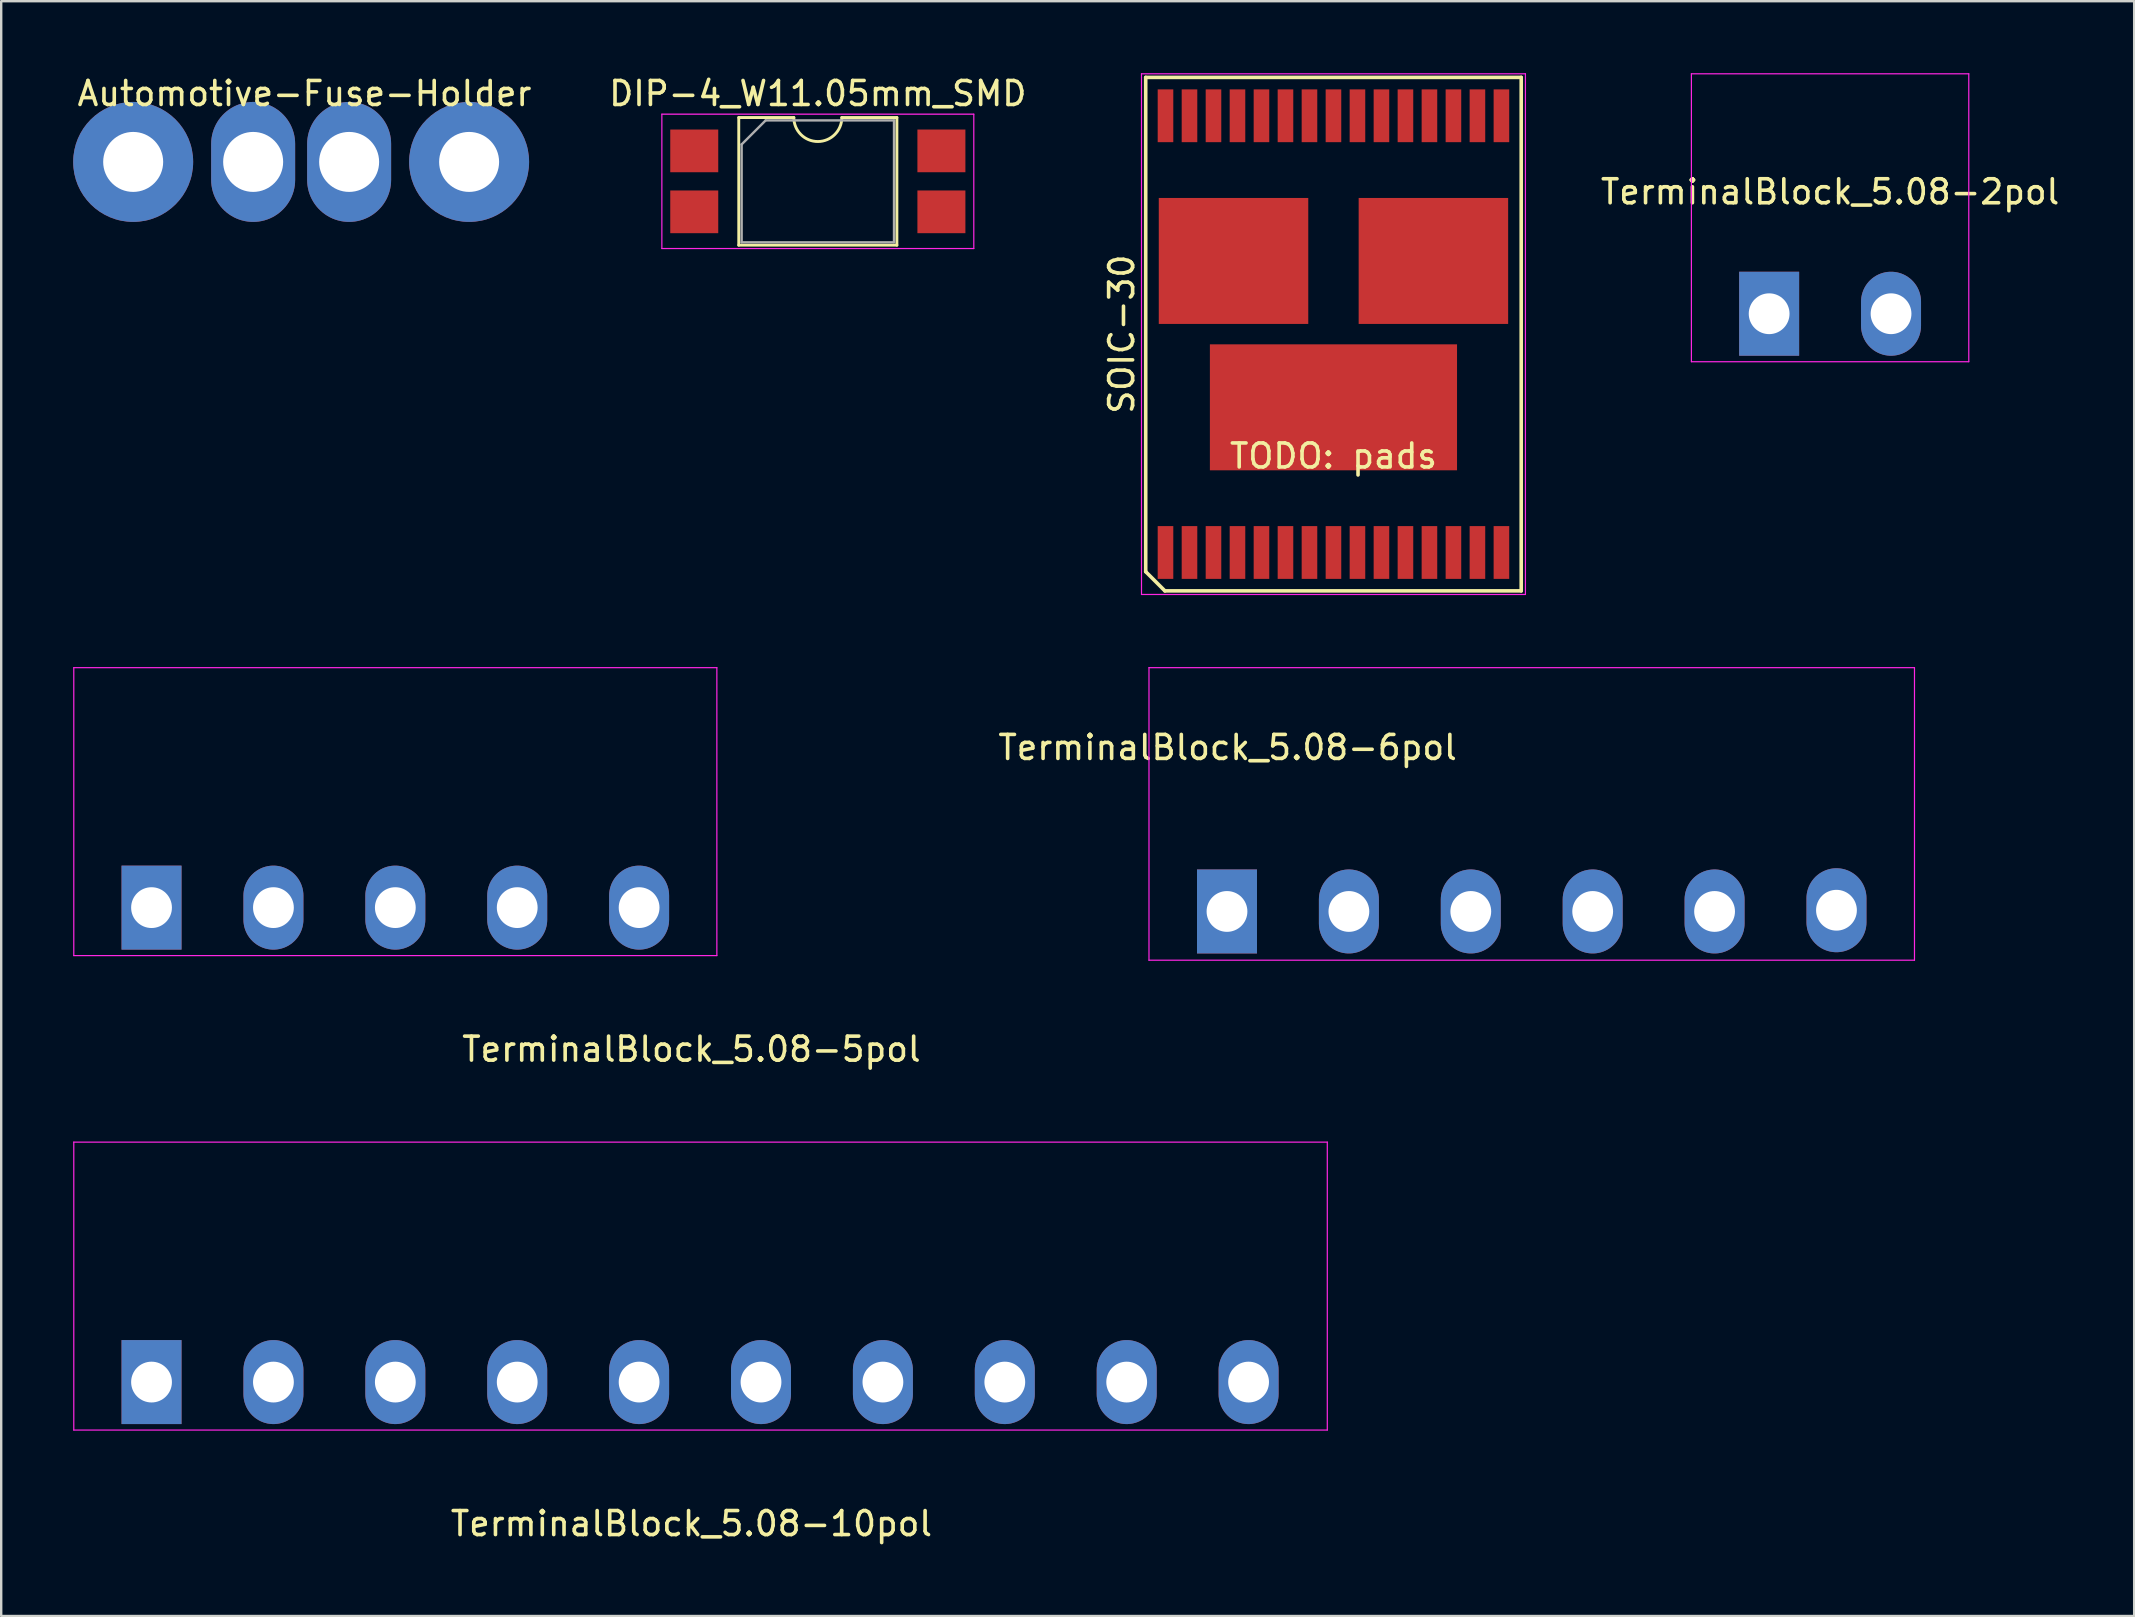
<source format=kicad_pcb>
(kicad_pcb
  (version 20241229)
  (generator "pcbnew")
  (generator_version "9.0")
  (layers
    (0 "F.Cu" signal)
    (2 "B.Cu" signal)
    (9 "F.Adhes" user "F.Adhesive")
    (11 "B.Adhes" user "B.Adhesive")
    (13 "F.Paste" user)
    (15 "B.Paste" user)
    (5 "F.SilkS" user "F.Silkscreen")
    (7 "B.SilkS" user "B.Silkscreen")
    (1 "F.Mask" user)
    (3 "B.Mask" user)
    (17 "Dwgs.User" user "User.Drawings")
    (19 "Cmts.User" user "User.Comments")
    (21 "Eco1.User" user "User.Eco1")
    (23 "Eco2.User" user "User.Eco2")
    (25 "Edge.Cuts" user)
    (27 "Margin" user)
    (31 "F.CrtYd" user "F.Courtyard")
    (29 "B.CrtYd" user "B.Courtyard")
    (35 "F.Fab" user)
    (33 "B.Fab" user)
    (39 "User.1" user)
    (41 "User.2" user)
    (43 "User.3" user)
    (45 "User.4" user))
  (footprint "TerminalBlock_5.08-5pol"
    (layer "F.Cu")
    (at 3.265 34.775)
    (property "Reference" "TerminalBlock_5.08-5pol" (at 22.5 5.9 0) (layer "F.SilkS") (effects (font (size 1 1) (thickness 0.15))))
    (attr through_hole)
    (fp_line (start -3.24 -10) (end -3.24 2) (stroke (width 0.05) (type solid)) (layer "F.CrtYd"))
    (fp_line (start -3.24 2) (end 23.56 2) (stroke (width 0.05) (type solid)) (layer "F.CrtYd"))
    (fp_line (start 23.56 -10) (end -3.24 -10) (stroke (width 0.05) (type solid)) (layer "F.CrtYd"))
    (fp_line (start 23.56 2) (end 23.56 -10) (stroke (width 0.05) (type solid)) (layer "F.CrtYd"))
    (pad "1" thru_hole rect (at 0 0) (size 2.5 3.5) (drill 1.7) (layers "*.Cu" "*.Mask"))
    (pad "2" thru_hole oval (at 5.08 0) (size 2.5 3.5) (drill 1.7) (layers "*.Cu" "*.Mask"))
    (pad "3" thru_hole oval (at 10.16 0) (size 2.5 3.5) (drill 1.7) (layers "*.Cu" "*.Mask"))
    (pad "4" thru_hole oval (at 15.24 0) (size 2.5 3.5) (drill 1.7) (layers "*.Cu" "*.Mask"))
    (pad "5" thru_hole oval (at 20.32 0) (size 2.5 3.5) (drill 1.7) (layers "*.Cu" "*.Mask")))
  (footprint "DIP-4_W11.05mm_SMD"
    (layer "F.Cu")
    (at 31.033 4.508)
    (property "Reference" "DIP-4_W11.05mm_SMD" (at 0 -3.66 0) (layer "F.SilkS") (effects (font (size 1 1) (thickness 0.15))))
    (attr smd)
    (fp_line (start -3.295 -2.66) (end -3.295 2.66) (stroke (width 0.12) (type solid)) (layer "F.SilkS"))
    (fp_line (start -3.295 2.66) (end 3.295 2.66) (stroke (width 0.12) (type solid)) (layer "F.SilkS"))
    (fp_line (start -1 -2.66) (end -3.295 -2.66) (stroke (width 0.12) (type solid)) (layer "F.SilkS"))
    (fp_line (start 3.295 -2.66) (end 1 -2.66) (stroke (width 0.12) (type solid)) (layer "F.SilkS"))
    (fp_line (start 3.295 2.66) (end 3.295 -2.66) (stroke (width 0.12) (type solid)) (layer "F.SilkS"))
    (fp_arc (start 1 -2.66) (mid 0 -1.66) (end -1 -2.66) (stroke (width 0.12) (type solid)) (layer "F.SilkS"))
    (fp_line (start -6.5 -2.8) (end -6.5 2.8) (stroke (width 0.05) (type solid)) (layer "F.CrtYd"))
    (fp_line (start -6.5 2.8) (end 6.5 2.8) (stroke (width 0.05) (type solid)) (layer "F.CrtYd"))
    (fp_line (start 6.5 -2.8) (end -6.5 -2.8) (stroke (width 0.05) (type solid)) (layer "F.CrtYd"))
    (fp_line (start 6.5 2.8) (end 6.5 -2.8) (stroke (width 0.05) (type solid)) (layer "F.CrtYd"))
    (fp_line (start -3.175 -1.54) (end -2.175 -2.54) (stroke (width 0.1) (type solid)) (layer "F.Fab"))
    (fp_line (start -3.175 2.54) (end -3.175 -1.54) (stroke (width 0.1) (type solid)) (layer "F.Fab"))
    (fp_line (start -2.175 -2.54) (end 3.175 -2.54) (stroke (width 0.1) (type solid)) (layer "F.Fab"))
    (fp_line (start 3.175 -2.54) (end 3.175 2.54) (stroke (width 0.1) (type solid)) (layer "F.Fab"))
    (fp_line (start 3.175 2.54) (end -3.175 2.54) (stroke (width 0.1) (type solid)) (layer "F.Fab"))
    (pad "1" smd rect (at -5.15 -1.27) (size 2 1.78) (layers "F.Cu" "F.Mask"))
    (pad "2" smd rect (at -5.15 1.27) (size 2 1.78) (layers "F.Cu" "F.Mask"))
    (pad "3" smd rect (at 5.15 1.27) (size 2 1.78) (layers "F.Cu" "F.Mask"))
    (pad "4" smd rect (at 5.15 -1.27) (size 2 1.78) (layers "F.Cu" "F.Mask")))
  (footprint "TerminalBlock_5.08-6pol"
    (layer "F.Cu")
    (at 48.085 34.935)
    (property "Reference" "TerminalBlock_5.08-6pol" (at 0.025 -6.833 0) (layer "F.SilkS") (effects (font (size 1 1) (thickness 0.15))))
    (attr through_hole)
    (fp_line (start -3.251 -10.16) (end -3.251 2.032) (stroke (width 0.05) (type solid)) (layer "F.CrtYd"))
    (fp_line (start -3.251 2.032) (end 28.651 2.032) (stroke (width 0.05) (type solid)) (layer "F.CrtYd"))
    (fp_line (start 28.651 -10.16) (end -3.251 -10.16) (stroke (width 0.05) (type solid)) (layer "F.CrtYd"))
    (fp_line (start 28.651 2.032) (end 28.651 -10.16) (stroke (width 0.05) (type solid)) (layer "F.CrtYd"))
    (pad "1" thru_hole rect (at 0 0) (size 2.5 3.5) (drill 1.7) (layers "*.Cu" "*.Mask"))
    (pad "2" thru_hole oval (at 5.08 0) (size 2.5 3.5) (drill 1.7) (layers "*.Cu" "*.Mask"))
    (pad "3" thru_hole oval (at 10.16 0) (size 2.5 3.5) (drill 1.7) (layers "*.Cu" "*.Mask"))
    (pad "4" thru_hole oval (at 15.24 0) (size 2.5 3.5) (drill 1.7) (layers "*.Cu" "*.Mask"))
    (pad "5" thru_hole oval (at 20.32 0) (size 2.5 3.5) (drill 1.7) (layers "*.Cu" "*.Mask"))
    (pad "6" thru_hole oval (at 25.4 -0.051) (size 2.5 3.5) (drill 1.7) (layers "*.Cu" "*.Mask")))
  (footprint "TerminalBlock_5.08-2pol"
    (layer "F.Cu")
    (at 70.679 10.025)
    (property "Reference" "TerminalBlock_5.08-2pol" (at 2.54 -5.08 0) (layer "F.SilkS") (effects (font (size 1 1) (thickness 0.15))))
    (attr through_hole)
    (fp_line (start -3.24 -10) (end -3.24 2) (stroke (width 0.05) (type solid)) (layer "F.CrtYd"))
    (fp_line (start -3.24 2) (end 8.32 2) (stroke (width 0.05) (type solid)) (layer "F.CrtYd"))
    (fp_line (start 8.32 -10) (end -3.24 -10) (stroke (width 0.05) (type solid)) (layer "F.CrtYd"))
    (fp_line (start 8.32 2) (end 8.32 -10) (stroke (width 0.05) (type solid)) (layer "F.CrtYd"))
    (pad "1" thru_hole rect (at 0 0) (size 2.5 3.5) (drill 1.7) (layers "*.Cu" "*.Mask"))
    (pad "2" thru_hole oval (at 5.08 0) (size 2.5 3.5) (drill 1.7) (layers "*.Cu" "*.Mask")))
  (footprint "TerminalBlock_5.08-10pol"
    (layer "F.Cu")
    (at 3.265 54.548)
    (property "Reference" "TerminalBlock_5.08-10pol" (at 22.5 5.9 0) (layer "F.SilkS") (effects (font (size 1 1) (thickness 0.15))))
    (attr through_hole)
    (fp_line (start -3.24 -10) (end -3.24 2) (stroke (width 0.05) (type solid)) (layer "F.CrtYd"))
    (fp_line (start -3.24 2) (end 49 2) (stroke (width 0.05) (type solid)) (layer "F.CrtYd"))
    (fp_line (start 49 -10) (end -3.24 -10) (stroke (width 0.05) (type solid)) (layer "F.CrtYd"))
    (fp_line (start 49 2) (end 49 -10) (stroke (width 0.05) (type solid)) (layer "F.CrtYd"))
    (pad "1" thru_hole rect (at 0 0) (size 2.5 3.5) (drill 1.7) (layers "*.Cu" "*.Mask"))
    (pad "2" thru_hole oval (at 5.08 0) (size 2.5 3.5) (drill 1.7) (layers "*.Cu" "*.Mask"))
    (pad "3" thru_hole oval (at 10.16 0) (size 2.5 3.5) (drill 1.7) (layers "*.Cu" "*.Mask"))
    (pad "4" thru_hole oval (at 15.24 0) (size 2.5 3.5) (drill 1.7) (layers "*.Cu" "*.Mask"))
    (pad "5" thru_hole oval (at 20.32 0) (size 2.5 3.5) (drill 1.7) (layers "*.Cu" "*.Mask"))
    (pad "6" thru_hole oval (at 25.4 0) (size 2.5 3.5) (drill 1.7) (layers "*.Cu" "*.Mask"))
    (pad "7" thru_hole oval (at 30.48 0) (size 2.5 3.5) (drill 1.7) (layers "*.Cu" "*.Mask"))
    (pad "8" thru_hole oval (at 35.56 0) (size 2.5 3.5) (drill 1.7) (layers "*.Cu" "*.Mask"))
    (pad "9" thru_hole oval (at 40.64 0) (size 2.5 3.5) (drill 1.7) (layers "*.Cu" "*.Mask"))
    (pad "10" thru_hole oval (at 45.72 0) (size 2.5 3.5) (drill 1.7) (layers "*.Cu" "*.Mask")))
  (footprint "Automotive-Fuse-Holder"
    (layer "F.Cu")
    (at 9.5 3.698)
    (property "Reference" "Automotive-Fuse-Holder" (at 0.14 -2.85 0) (layer "F.SilkS") (effects (font (size 1 1) (thickness 0.15))))
    (attr through_hole)
    (pad "1" thru_hole circle (at -7 0) (size 5 5) (drill 2.5) (layers "*.Cu" "*.Mask"))
    (pad "1" thru_hole oval (at -2 0) (size 3.5 5) (drill 2.5) (layers "*.Cu" "*.Mask"))
    (pad "2" thru_hole oval (at 2 0) (size 3.5 5) (drill 2.5) (layers "*.Cu" "*.Mask"))
    (pad "2" thru_hole circle (at 7 0) (size 5 5) (drill 2.5) (layers "*.Cu" "*.Mask")))
  (footprint "SOIC-30"
    (layer "F.Cu")
    (at 52.522 10.875)
    (property "Reference" "SOIC-30" (at -8.825 0 90) (layer "F.SilkS") (effects (font (size 1 1) (thickness 0.15))))
    (attr smd)
    (fp_line (start -7.825 -10.7) (end 7.825 -10.7) (stroke (width 0.15) (type solid)) (layer "F.SilkS"))
    (fp_line (start -7.825 9.9) (end -7.825 -10.7) (stroke (width 0.15) (type solid)) (layer "F.SilkS"))
    (fp_line (start -7.025 10.7) (end -7.825 9.9) (stroke (width 0.15) (type solid)) (layer "F.SilkS"))
    (fp_line (start 7.825 -10.7) (end 7.825 10.7) (stroke (width 0.15) (type solid)) (layer "F.SilkS"))
    (fp_line (start 7.825 10.7) (end -7.025 10.7) (stroke (width 0.15) (type solid)) (layer "F.SilkS"))
    (fp_line (start -8 -10.85) (end 8 -10.85) (stroke (width 0.05) (type solid)) (layer "F.CrtYd"))
    (fp_line (start -8 10.85) (end -8 -10.85) (stroke (width 0.05) (type solid)) (layer "F.CrtYd"))
    (fp_line (start 8 -10.85) (end 8 10.85) (stroke (width 0.05) (type solid)) (layer "F.CrtYd"))
    (fp_line (start 8 10.85) (end -8 10.85) (stroke (width 0.05) (type solid)) (layer "F.CrtYd"))
    (fp_text user "TODO: pads" (at 0 5.08 0) (layer "F.SilkS") (effects (font (size 1 1) (thickness 0.15))))
    (pad "1" smd rect (at -7 9.1) (size 0.65 2.2) (layers "F.Cu" "F.Mask" "F.Paste"))
    (pad "2" smd rect (at -6 9.1) (size 0.65 2.2) (layers "F.Cu" "F.Mask" "F.Paste"))
    (pad "3" smd rect (at -5 9.1) (size 0.65 2.2) (layers "F.Cu" "F.Mask" "F.Paste"))
    (pad "4" smd rect (at -4 9.1) (size 0.65 2.2) (layers "F.Cu" "F.Mask" "F.Paste"))
    (pad "5" smd rect (at -3 9.1) (size 0.65 2.2) (layers "F.Cu" "F.Mask" "F.Paste"))
    (pad "6" smd rect (at -2 9.1) (size 0.65 2.2) (layers "F.Cu" "F.Mask" "F.Paste"))
    (pad "7" smd rect (at -1 9.1) (size 0.65 2.2) (layers "F.Cu" "F.Mask" "F.Paste"))
    (pad "8" smd rect (at 0 9.1) (size 0.65 2.2) (layers "F.Cu" "F.Mask" "F.Paste"))
    (pad "9" smd rect (at 1 9.1) (size 0.65 2.2) (layers "F.Cu" "F.Mask" "F.Paste"))
    (pad "10" smd rect (at 2 9.1) (size 0.65 2.2) (layers "F.Cu" "F.Mask" "F.Paste"))
    (pad "11" smd rect (at 3 9.1) (size 0.65 2.2) (layers "F.Cu" "F.Mask" "F.Paste"))
    (pad "12" smd rect (at 4 9.1) (size 0.65 2.2) (layers "F.Cu" "F.Mask" "F.Paste"))
    (pad "13" smd rect (at 5 9.1) (size 0.65 2.2) (layers "F.Cu" "F.Mask" "F.Paste"))
    (pad "14" smd rect (at 6 9.1) (size 0.65 2.2) (layers "F.Cu" "F.Mask" "F.Paste"))
    (pad "15" smd rect (at 7 9.1) (size 0.65 2.2) (layers "F.Cu" "F.Mask" "F.Paste"))
    (pad "16" smd rect (at 7 -9.1) (size 0.65 2.2) (layers "F.Cu" "F.Mask" "F.Paste"))
    (pad "17" smd rect (at 6 -9.1) (size 0.65 2.2) (layers "F.Cu" "F.Mask" "F.Paste"))
    (pad "18" smd rect (at 5 -9.1) (size 0.65 2.2) (layers "F.Cu" "F.Mask" "F.Paste"))
    (pad "19" smd rect (at 4 -9.1) (size 0.65 2.2) (layers "F.Cu" "F.Mask" "F.Paste"))
    (pad "20" smd rect (at 3 -9.1) (size 0.65 2.2) (layers "F.Cu" "F.Mask" "F.Paste"))
    (pad "21" smd rect (at 2 -9.1) (size 0.65 2.2) (layers "F.Cu" "F.Mask" "F.Paste"))
    (pad "22" smd rect (at 1 -9.1) (size 0.65 2.2) (layers "F.Cu" "F.Mask" "F.Paste"))
    (pad "23" smd rect (at 0 -9.1) (size 0.65 2.2) (layers "F.Cu" "F.Mask" "F.Paste"))
    (pad "24" smd rect (at -1 -9.1) (size 0.65 2.2) (layers "F.Cu" "F.Mask" "F.Paste"))
    (pad "25" smd rect (at -2 -9.1) (size 0.65 2.2) (layers "F.Cu" "F.Mask" "F.Paste"))
    (pad "26" smd rect (at -3 -9.1) (size 0.65 2.2) (layers "F.Cu" "F.Mask" "F.Paste"))
    (pad "27" smd rect (at -4 -9.1) (size 0.65 2.2) (layers "F.Cu" "F.Mask" "F.Paste"))
    (pad "28" smd rect (at -5 -9.1) (size 0.65 2.2) (layers "F.Cu" "F.Mask" "F.Paste"))
    (pad "29" smd rect (at -6 -9.1) (size 0.65 2.2) (layers "F.Cu" "F.Mask" "F.Paste"))
    (pad "30" smd rect (at -7 -9.1) (size 0.65 2.2) (layers "F.Cu" "F.Mask" "F.Paste"))
    (pad "31" smd rect (at -4.165 -3.05) (size 6.23 5.25) (layers "F.Cu" "F.Mask" "F.Paste"))
    (pad "32" smd rect (at 4.165 -3.05) (size 6.23 5.25) (layers "F.Cu" "F.Mask" "F.Paste"))
    (pad "33" smd rect (at 0 3.05) (size 10.3 5.25) (layers "F.Cu" "F.Mask" "F.Paste")))
  (gr_rect
    (start -3 -3)
    (end 85.892 64.296)
    (stroke (width 0.1) (type default))
    (fill no)
    (layer "Edge.Cuts")))
</source>
